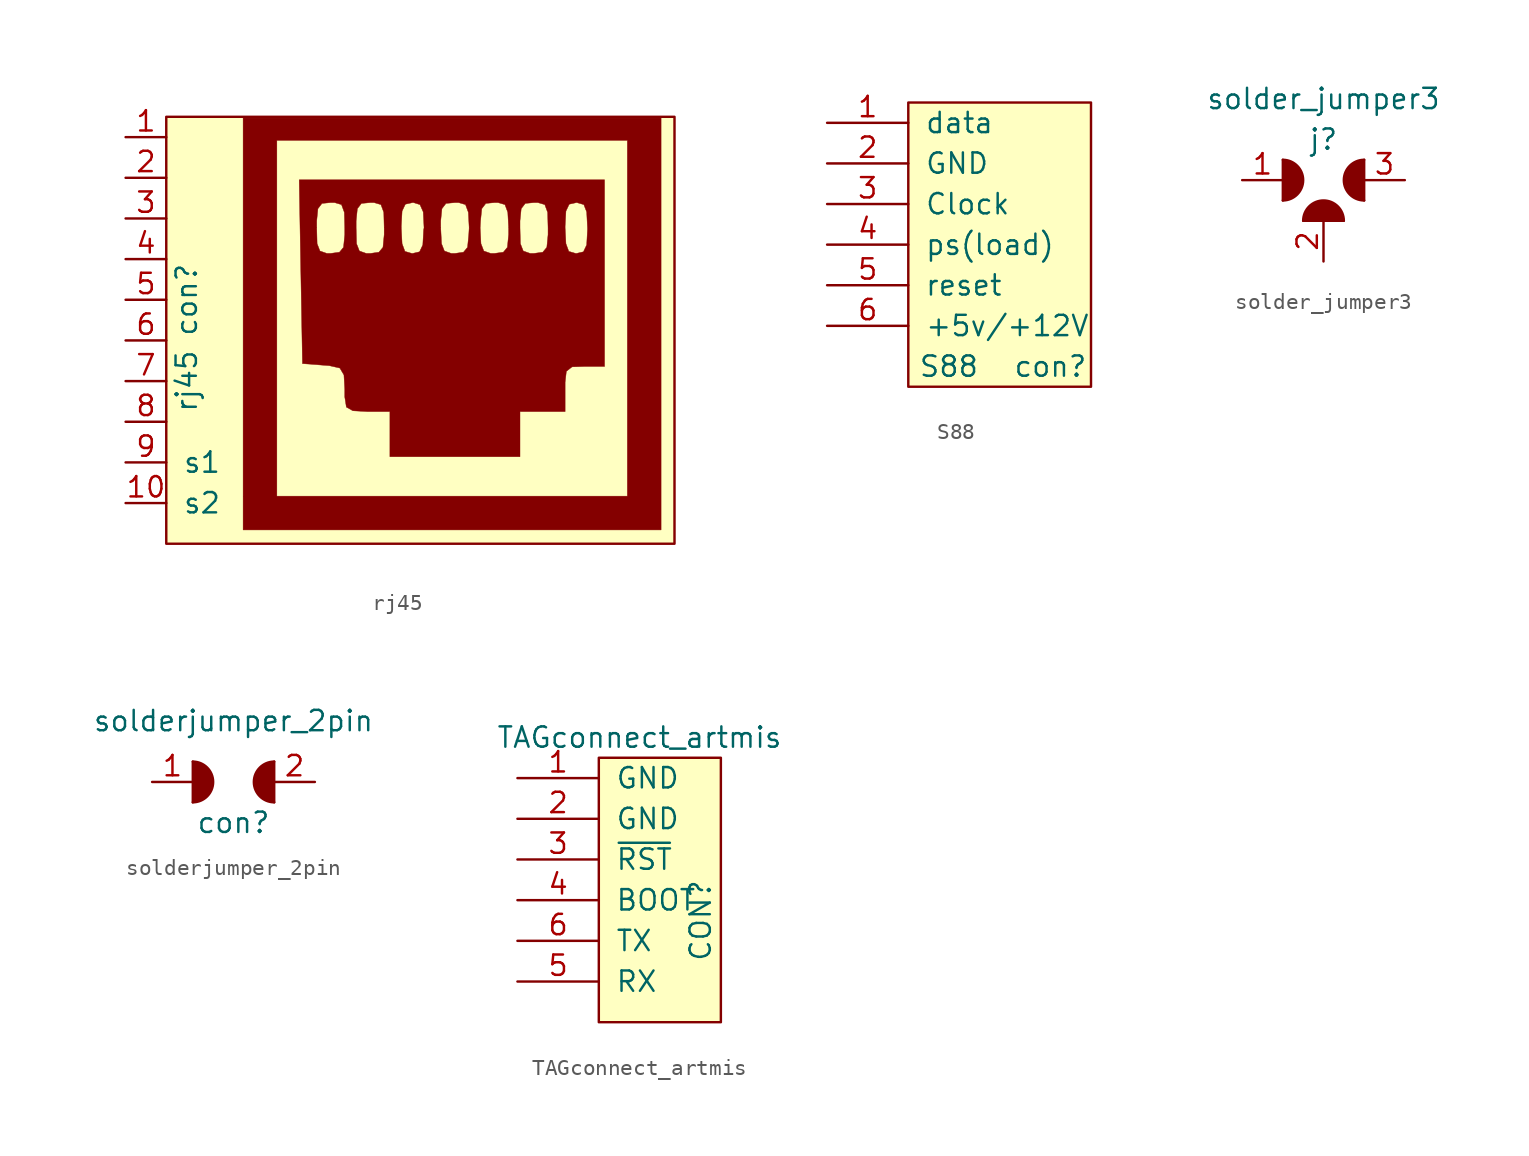
<source format=kicad_sym>
(kicad_symbol_lib
  (version 20201005)
  (generator kicad_symbol_editor)
  (symbol "conectors:rj45"
    (pin_names
      (offset 1.016))
    (property "Reference" "con"
      (at 1.27 -10.16 90)
      (effects (font (size 1.27 1.27))))
    (property "Value" "rj45"
      (at 1.27 -15.24 90)
      (effects (font (size 1.27 1.27))))
    (symbol "rj45_0_1"
      (rectangle (start 0 1.27) (end 31.75 -25.4) (stroke (width 0)) (fill (type background))))
    (symbol "rj45_1_1"
      (polyline (pts (xy 30.912 1.194) (xy 4.801 1.194) (xy 4.801 -22.428) (xy 6.909 -22.428) (xy 6.909 -0.203) (xy 28.804 -0.203) (xy 28.804 -22.428) (xy 6.909 -22.428) (xy 4.801 -22.428) (xy 4.801 -24.536) (xy 30.912 -24.536) (xy 30.912 1.194)) (stroke (width 0.025)) (fill (type outline)))
      (polyline (pts (xy 22.098 -17.145) (xy 24.917 -17.145) (xy 24.917 -15.316) (xy 24.994 -14.63) (xy 25.349 -14.351) (xy 26.137 -14.326) (xy 27.381 -14.326) (xy 27.381 -2.667) (xy 8.306 -2.667) (xy 8.357 -5.664) (xy 9.398 -5.664) (xy 9.398 -5.232) (xy 9.474 -4.47) (xy 9.728 -4.14) (xy 10.262 -4.089) (xy 10.516 -4.089) (xy 10.947 -4.216) (xy 11.125 -4.699) (xy 11.151 -5.664) (xy 11.862 -5.664) (xy 11.862 -5.232) (xy 11.938 -4.47) (xy 12.192 -4.14) (xy 12.751 -4.089) (xy 12.979 -4.089) (xy 13.411 -4.216) (xy 13.589 -4.699) (xy 13.614 -5.664) (xy 14.681 -5.664) (xy 14.681 -5.563) (xy 14.732 -4.623) (xy 14.935 -4.191) (xy 15.392 -4.089) (xy 15.443 -4.089) (xy 15.85 -4.216) (xy 16.053 -4.674) (xy 16.104 -5.664) (xy 17.145 -5.664) (xy 17.145 -5.232) (xy 17.221 -4.47) (xy 17.475 -4.14) (xy 18.034 -4.089) (xy 18.263 -4.089) (xy 18.694 -4.216) (xy 18.872 -4.699) (xy 18.923 -5.664) (xy 19.609 -5.664) (xy 19.634 -5.232) (xy 19.71 -4.47) (xy 19.964 -4.14) (xy 20.498 -4.089) (xy 20.726 -4.089) (xy 21.158 -4.216) (xy 21.336 -4.699) (xy 21.387 -5.664) (xy 22.098 -5.664) (xy 22.098 -5.232) (xy 22.174 -4.47) (xy 22.428 -4.14) (xy 22.962 -4.089) (xy 23.216 -4.089) (xy 23.647 -4.216) (xy 23.825 -4.699) (xy 23.851 -5.664) (xy 24.917 -5.664) (xy 24.917 -5.563) (xy 24.968 -4.623) (xy 25.171 -4.191) (xy 25.629 -4.089) (xy 25.654 -4.089) (xy 26.086 -4.216) (xy 26.264 -4.674) (xy 26.314 -5.664) (xy 26.314 -5.791) (xy 26.264 -6.731) (xy 26.06 -7.163) (xy 25.629 -7.264) (xy 25.578 -7.264) (xy 25.146 -7.137) (xy 24.968 -6.655) (xy 24.917 -5.664) (xy 23.851 -5.664) (xy 23.851 -6.096) (xy 23.774 -6.883) (xy 23.52 -7.188) (xy 22.962 -7.264) (xy 22.733 -7.264) (xy 22.301 -7.112) (xy 22.123 -6.655) (xy 22.098 -5.664) (xy 21.387 -5.664) (xy 21.387 -6.096) (xy 21.311 -6.883) (xy 21.057 -7.188) (xy 20.498 -7.264) (xy 20.269 -7.264) (xy 19.837 -7.112) (xy 19.66 -6.655) (xy 19.609 -5.664) (xy 18.923 -5.664) (xy 18.898 -6.096) (xy 18.821 -6.883) (xy 18.567 -7.188) (xy 18.034 -7.264) (xy 17.805 -7.264) (xy 17.374 -7.112) (xy 17.196 -6.655) (xy 17.145 -5.664) (xy 16.104 -5.664) (xy 16.078 -5.791) (xy 16.027 -6.731) (xy 15.824 -7.163) (xy 15.392 -7.264) (xy 15.342 -7.264) (xy 14.91 -7.137) (xy 14.732 -6.655) (xy 14.681 -5.664) (xy 13.614 -5.664) (xy 13.614 -6.096) (xy 13.538 -6.883) (xy 13.284 -7.188) (xy 12.751 -7.264) (xy 12.497 -7.264) (xy 12.065 -7.112) (xy 11.887 -6.655) (xy 11.862 -5.664) (xy 11.151 -5.664) (xy 11.151 -6.096) (xy 11.074 -6.883) (xy 10.82 -7.188) (xy 10.262 -7.264) (xy 10.033 -7.264) (xy 9.601 -7.112) (xy 9.423 -6.655) (xy 9.398 -5.664) (xy 8.357 -5.664) (xy 8.509 -14.148) (xy 9.83 -14.249) (xy 10.185 -14.275) (xy 10.846 -14.427) (xy 11.1 -14.859) (xy 11.151 -15.748) (xy 11.151 -16.231) (xy 11.252 -16.866) (xy 11.659 -17.094) (xy 12.573 -17.145) (xy 13.97 -17.145) (xy 13.97 -19.964) (xy 22.098 -19.964) (xy 22.098 -17.145)) (stroke (width 0.025)) (fill (type outline)))
      (pin unspecified line (at -2.54 0 0) (length 2.54) (name "~" (effects (font (size 1.27 1.27)))) (number "1" (effects (font (size 1.27 1.27)))))
      (pin unspecified line (at -2.54 -22.86 0) (length 2.54) (name "s2" (effects (font (size 1.27 1.27)))) (number "10" (effects (font (size 1.27 1.27)))))
      (pin unspecified line (at -2.54 -2.54 0) (length 2.54) (name "~" (effects (font (size 1.27 1.27)))) (number "2" (effects (font (size 1.27 1.27)))))
      (pin unspecified line (at -2.54 -5.08 0) (length 2.54) (name "~" (effects (font (size 1.27 1.27)))) (number "3" (effects (font (size 1.27 1.27)))))
      (pin unspecified line (at -2.54 -7.62 0) (length 2.54) (name "~" (effects (font (size 1.27 1.27)))) (number "4" (effects (font (size 1.27 1.27)))))
      (pin unspecified line (at -2.54 -10.16 0) (length 2.54) (name "~" (effects (font (size 1.27 1.27)))) (number "5" (effects (font (size 1.27 1.27)))))
      (pin unspecified line (at -2.54 -12.7 0) (length 2.54) (name "~" (effects (font (size 1.27 1.27)))) (number "6" (effects (font (size 1.27 1.27)))))
      (pin unspecified line (at -2.54 -15.24 0) (length 2.54) (name "~" (effects (font (size 1.27 1.27)))) (number "7" (effects (font (size 1.27 1.27)))))
      (pin unspecified line (at -2.54 -17.78 0) (length 2.54) (name "~" (effects (font (size 1.27 1.27)))) (number "8" (effects (font (size 1.27 1.27)))))
      (pin unspecified line (at -2.54 -20.32 0) (length 2.54) (name "s1" (effects (font (size 1.27 1.27)))) (number "9" (effects (font (size 1.27 1.27)))))))
  (symbol "conectors:S88"
    (pin_names
      (offset 1.016))
    (property "Reference" "con"
      (at 8.89 -12.7 0)
      (effects (font (size 1.27 1.27))))
    (property "Value" "S88"
      (at 2.54 -12.7 0)
      (effects (font (size 1.27 1.27))))
    (symbol "S88_0_1"
      (rectangle (start 0 3.81) (end 11.43 -13.97) (stroke (width 0)) (fill (type background))))
    (symbol "S88_1_1"
      (pin input line (at -5.08 2.54 0) (length 5.08) (name "data" (effects (font (size 1.27 1.27)))) (number "1" (effects (font (size 1.27 1.27)))))
      (pin power_out line (at -5.08 0 0) (length 5.08) (name "GND" (effects (font (size 1.27 1.27)))) (number "2" (effects (font (size 1.27 1.27)))))
      (pin input line (at -5.08 -2.54 0) (length 5.08) (name "Clock" (effects (font (size 1.27 1.27)))) (number "3" (effects (font (size 1.27 1.27)))))
      (pin input line (at -5.08 -5.08 0) (length 5.08) (name "ps(load)" (effects (font (size 1.27 1.27)))) (number "4" (effects (font (size 1.27 1.27)))))
      (pin input line (at -5.08 -7.62 0) (length 5.08) (name "reset" (effects (font (size 1.27 1.27)))) (number "5" (effects (font (size 1.27 1.27)))))
      (pin power_in line (at -5.08 -10.16 0) (length 5.08) (name "+5v/+12V" (effects (font (size 1.27 1.27)))) (number "6" (effects (font (size 1.27 1.27)))))))
  (symbol "conectors:solder_jumper3"
    (pin_names
      (offset 1.016))
    (property "Reference" "j"
      (at 0 2.54 0)
      (effects (font (size 1.27 1.27))))
    (property "Value" "solder_jumper3"
      (at 0 5.08 0)
      (effects (font (size 1.27 1.27))))
    (symbol "solder_jumper3_0_1"
      (arc (start -2.54 -1.27) (end -2.54 1.27) (radius (at -2.54 0) (length 1.27) (angles -89.9 89.9)) (stroke (width 0)) (fill (type outline)))
      (polyline (pts (xy -2.54 1.27) (xy -2.54 -1.27)) (stroke (width 0)) (fill (type none))))
    (symbol "solder_jumper3_1_1"
      (arc (start 1.27 -2.54) (end -1.27 -2.54) (radius (at 0 -2.54) (length 1.27) (angles 0.1 179.9)) (stroke (width 0)) (fill (type outline)))
      (arc (start 2.54 1.27) (end 2.54 -1.27) (radius (at 2.54 0) (length 1.27) (angles 90.1 -90.1)) (stroke (width 0)) (fill (type outline)))
      (polyline (pts (xy -1.27 -2.54) (xy 1.27 -2.54)) (stroke (width 0)) (fill (type none)))
      (polyline (pts (xy 2.54 -1.27) (xy 2.54 1.27)) (stroke (width 0)) (fill (type none)))
      (pin unspecified line (at -5.08 0 0) (length 2.54) (name "~" (effects (font (size 1.27 1.27)))) (number "1" (effects (font (size 1.27 1.27)))))
      (pin unspecified line (at 0 -5.08 90) (length 2.54) (name "~" (effects (font (size 1.27 1.27)))) (number "2" (effects (font (size 1.27 1.27)))))
      (pin unspecified line (at 5.08 0 180) (length 2.54) (name "~" (effects (font (size 1.27 1.27)))) (number "3" (effects (font (size 1.27 1.27)))))))
  (symbol "conectors:solderjumper_2pin"
    (pin_names
      (offset 1.016))
    (property "Reference" "con"
      (at 0 -2.54 0)
      (effects (font (size 1.27 1.27))))
    (property "Value" "solderjumper_2pin"
      (at 0 3.81 0)
      (effects (font (size 1.27 1.27))))
    (symbol "solderjumper_2pin_1_1"
      (arc (start -2.54 -1.27) (end -2.54 1.27) (radius (at -2.54 0) (length 1.27) (angles -89.9 89.9)) (stroke (width 0)) (fill (type outline)))
      (arc (start 2.54 1.27) (end 2.54 -1.27) (radius (at 2.54 0) (length 1.27) (angles 90.1 -90.1)) (stroke (width 0)) (fill (type outline)))
      (polyline (pts (xy -2.54 1.27) (xy -2.54 -1.27)) (stroke (width 0)) (fill (type none)))
      (polyline (pts (xy 2.54 -1.27) (xy 2.54 1.27)) (stroke (width 0)) (fill (type none)))
      (pin unspecified line (at -5.08 0 0) (length 2.54) (name "~" (effects (font (size 1.27 1.27)))) (number "1" (effects (font (size 1.27 1.27)))))
      (pin unspecified line (at 5.08 0 180) (length 2.54) (name "~" (effects (font (size 1.27 1.27)))) (number "2" (effects (font (size 1.27 1.27)))))))
  (symbol "conectors:TAGconnect_artmis"
    (pin_names
      (offset 1.016))
    (property "Reference" "CON"
      (at 6.35 -8.89 90)
      (effects (font (size 1.27 1.27))))
    (property "Value" "TAGconnect_artmis"
      (at 2.54 2.54 0)
      (effects (font (size 1.27 1.27))))
    (symbol "TAGconnect_artmis_0_1"
      (rectangle (start 0 1.27) (end 7.62 -15.24) (stroke (width 0)) (fill (type background))))
    (symbol "TAGconnect_artmis_1_1"
      (pin power_out line (at -5.08 0 0) (length 5.08) (name "GND" (effects (font (size 1.27 1.27)))) (number "1" (effects (font (size 1.27 1.27)))))
      (pin power_out line (at -5.08 -2.54 0) (length 5.08) (name "GND" (effects (font (size 1.27 1.27)))) (number "2" (effects (font (size 1.27 1.27)))))
      (pin input line (at -5.08 -5.08 0) (length 5.08) (name "~RST" (effects (font (size 1.27 1.27)))) (number "3" (effects (font (size 1.27 1.27)))))
      (pin power_in line (at -5.08 -7.62 0) (length 5.08) (name "BOOT" (effects (font (size 1.27 1.27)))) (number "4" (effects (font (size 1.27 1.27)))))
      (pin unspecified line (at -5.08 -12.7 0) (length 5.08) (name "RX" (effects (font (size 1.27 1.27)))) (number "5" (effects (font (size 1.27 1.27)))))
      (pin output line (at -5.08 -10.16 0) (length 5.08) (name "TX" (effects (font (size 1.27 1.27)))) (number "6" (effects (font (size 1.27 1.27))))))))
</source>
